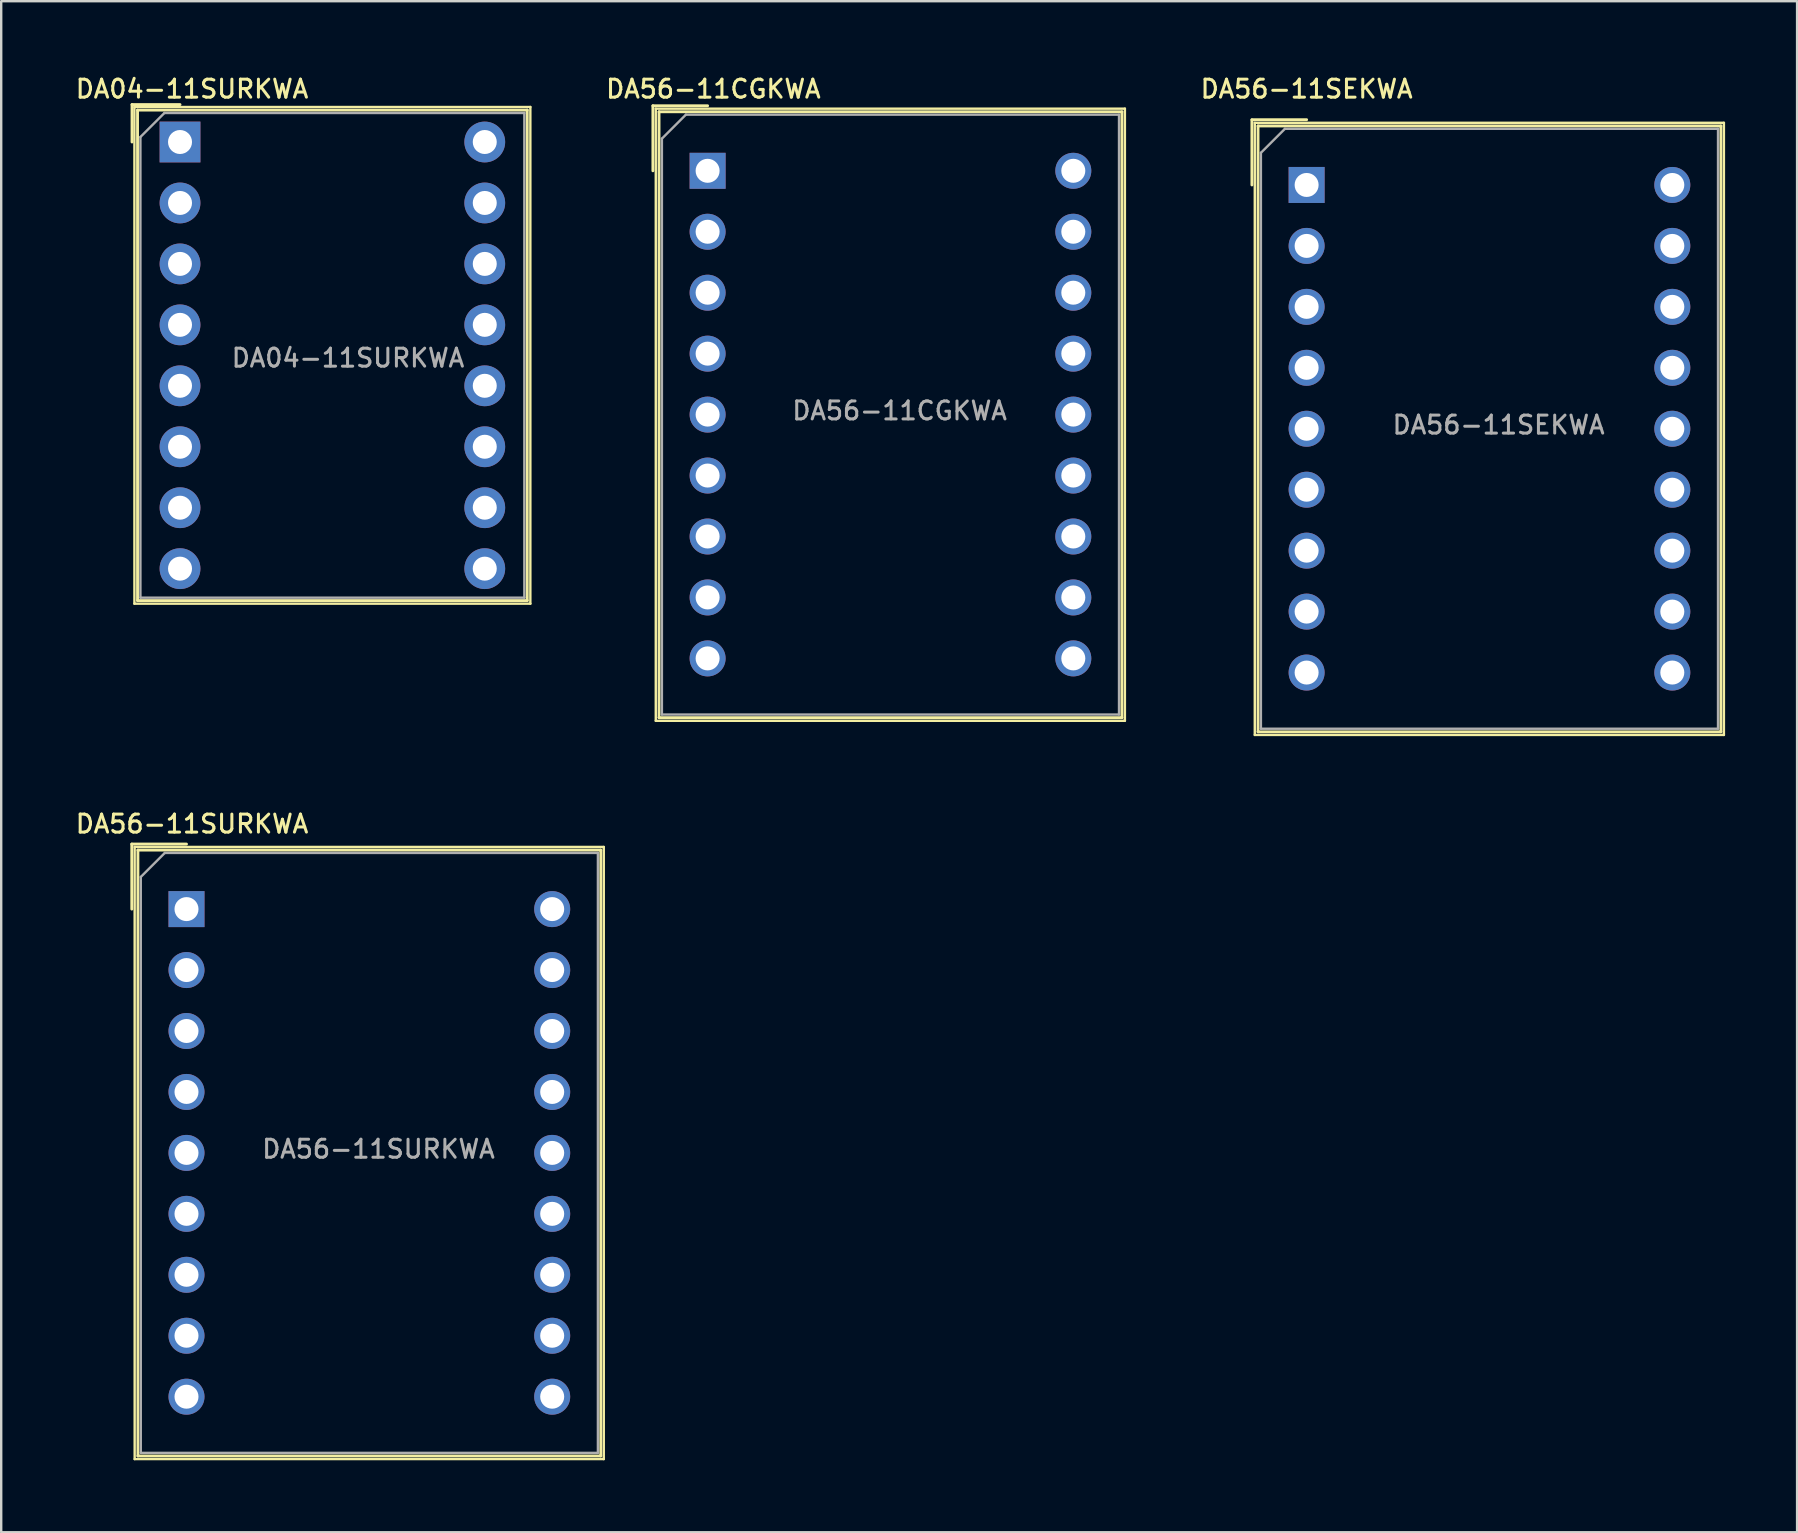
<source format=kicad_pcb>
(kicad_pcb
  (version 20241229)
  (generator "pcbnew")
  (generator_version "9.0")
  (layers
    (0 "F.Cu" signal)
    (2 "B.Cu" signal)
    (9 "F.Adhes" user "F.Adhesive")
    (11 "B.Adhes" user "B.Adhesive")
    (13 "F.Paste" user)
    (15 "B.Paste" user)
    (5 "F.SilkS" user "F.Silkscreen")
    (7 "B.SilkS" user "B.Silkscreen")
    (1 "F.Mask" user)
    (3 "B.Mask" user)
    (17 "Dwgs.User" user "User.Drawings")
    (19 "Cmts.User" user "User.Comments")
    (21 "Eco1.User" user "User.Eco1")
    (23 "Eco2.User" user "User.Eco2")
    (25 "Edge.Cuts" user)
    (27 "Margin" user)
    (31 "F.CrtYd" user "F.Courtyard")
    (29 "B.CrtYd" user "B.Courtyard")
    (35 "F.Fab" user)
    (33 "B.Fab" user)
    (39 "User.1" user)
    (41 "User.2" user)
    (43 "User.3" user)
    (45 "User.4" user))
  (footprint "DA56-11CGKWA"
    (layer "F.Cu")
    (at 26.439 4.068)
    (property "Reference" "DA56-11CGKWA" (at 0.24 -3.41 0) (layer "F.SilkS") (effects (font (size 0.75 0.75) (thickness 0.125))))
    (attr through_hole)
    (fp_line (start -2.28 -2.71) (end -2.28 0) (stroke (width 0.12) (type solid)) (layer "F.SilkS"))
    (fp_line (start -2.28 -2.71) (end 0 -2.71) (stroke (width 0.12) (type solid)) (layer "F.SilkS"))
    (fp_line (start -2.16 -2.59) (end 17.39 -2.59) (stroke (width 0.1) (type solid)) (layer "F.SilkS"))
    (fp_line (start -2.16 22.92) (end -2.16 -2.59) (stroke (width 0.1) (type solid)) (layer "F.SilkS"))
    (fp_line (start -2.025 -2.46) (end 17.265 -2.46) (stroke (width 0.12) (type solid)) (layer "F.SilkS"))
    (fp_line (start -2.025 22.79) (end -2.025 -2.46) (stroke (width 0.12) (type solid)) (layer "F.SilkS"))
    (fp_line (start 17.265 -2.46) (end 17.265 22.79) (stroke (width 0.12) (type solid)) (layer "F.SilkS"))
    (fp_line (start 17.265 22.79) (end -2.025 22.79) (stroke (width 0.12) (type solid)) (layer "F.SilkS"))
    (fp_line (start 17.39 -2.59) (end 17.39 22.92) (stroke (width 0.1) (type solid)) (layer "F.SilkS"))
    (fp_line (start 17.39 22.92) (end -2.16 22.92) (stroke (width 0.1) (type solid)) (layer "F.SilkS"))
    (fp_line (start -1.905 -1.34) (end -0.905 -2.34) (stroke (width 0.1) (type solid)) (layer "F.Fab"))
    (fp_line (start -1.905 22.66) (end -1.905 -1.34) (stroke (width 0.1) (type solid)) (layer "F.Fab"))
    (fp_line (start -0.905 -2.34) (end 17.145 -2.34) (stroke (width 0.1) (type solid)) (layer "F.Fab"))
    (fp_line (start 17.145 -2.34) (end 17.145 22.66) (stroke (width 0.1) (type solid)) (layer "F.Fab"))
    (fp_line (start 17.145 22.66) (end -1.905 22.66) (stroke (width 0.1) (type solid)) (layer "F.Fab"))
    (fp_text user "${REFERENCE}" (at 8 10 0) (layer "F.Fab") (effects (font (size 0.75 0.75) (thickness 0.125))))
    (pad "1" thru_hole rect (at 0 0) (size 1.5 1.5) (drill 1) (layers "*.Cu" "*.Mask"))
    (pad "2" thru_hole circle (at 0 2.54) (size 1.5 1.5) (drill 1) (layers "*.Cu" "*.Mask"))
    (pad "3" thru_hole circle (at 0 5.08) (size 1.5 1.5) (drill 1) (layers "*.Cu" "*.Mask"))
    (pad "4" thru_hole circle (at 0 7.62) (size 1.5 1.5) (drill 1) (layers "*.Cu" "*.Mask"))
    (pad "5" thru_hole circle (at 0 10.16) (size 1.5 1.5) (drill 1) (layers "*.Cu" "*.Mask"))
    (pad "6" thru_hole circle (at 0 12.7) (size 1.5 1.5) (drill 1) (layers "*.Cu" "*.Mask"))
    (pad "7" thru_hole circle (at 0 15.24) (size 1.5 1.5) (drill 1) (layers "*.Cu" "*.Mask"))
    (pad "8" thru_hole circle (at 0 17.78) (size 1.5 1.5) (drill 1) (layers "*.Cu" "*.Mask"))
    (pad "9" thru_hole circle (at 0 20.32) (size 1.5 1.5) (drill 1) (layers "*.Cu" "*.Mask"))
    (pad "10" thru_hole circle (at 15.24 20.32) (size 1.5 1.5) (drill 1) (layers "*.Cu" "*.Mask"))
    (pad "11" thru_hole circle (at 15.24 17.78) (size 1.5 1.5) (drill 1) (layers "*.Cu" "*.Mask"))
    (pad "12" thru_hole circle (at 15.24 15.24) (size 1.5 1.5) (drill 1) (layers "*.Cu" "*.Mask"))
    (pad "13" thru_hole circle (at 15.24 12.7) (size 1.5 1.5) (drill 1) (layers "*.Cu" "*.Mask"))
    (pad "14" thru_hole circle (at 15.24 10.16) (size 1.5 1.5) (drill 1) (layers "*.Cu" "*.Mask"))
    (pad "15" thru_hole circle (at 15.24 7.62) (size 1.5 1.5) (drill 1) (layers "*.Cu" "*.Mask"))
    (pad "16" thru_hole circle (at 15.24 5.08) (size 1.5 1.5) (drill 1) (layers "*.Cu" "*.Mask"))
    (pad "17" thru_hole circle (at 15.24 2.54) (size 1.5 1.5) (drill 1) (layers "*.Cu" "*.Mask"))
    (pad "18" thru_hole circle (at 15.24 0) (size 1.5 1.5) (drill 1) (layers "*.Cu" "*.Mask")))
  (footprint "DA56-11SEKWA"
    (layer "F.Cu")
    (at 51.402 4.658)
    (property "Reference" "DA56-11SEKWA" (at 0 -4 0) (layer "F.SilkS") (effects (font (size 0.75 0.75) (thickness 0.125))))
    (attr through_hole)
    (fp_line (start -2.28 -2.72) (end 0 -2.72) (stroke (width 0.12) (type solid)) (layer "F.SilkS"))
    (fp_line (start -2.28 -2.71) (end -2.28 0) (stroke (width 0.12) (type solid)) (layer "F.SilkS"))
    (fp_line (start -2.16 -2.59) (end 17.39 -2.59) (stroke (width 0.1) (type solid)) (layer "F.SilkS"))
    (fp_line (start -2.16 22.92) (end -2.16 -2.59) (stroke (width 0.1) (type solid)) (layer "F.SilkS"))
    (fp_line (start -2.025 -2.46) (end 17.265 -2.46) (stroke (width 0.12) (type solid)) (layer "F.SilkS"))
    (fp_line (start -2.025 22.79) (end -2.025 -2.46) (stroke (width 0.12) (type solid)) (layer "F.SilkS"))
    (fp_line (start 17.265 -2.46) (end 17.265 22.79) (stroke (width 0.12) (type solid)) (layer "F.SilkS"))
    (fp_line (start 17.265 22.79) (end -2.025 22.79) (stroke (width 0.12) (type solid)) (layer "F.SilkS"))
    (fp_line (start 17.39 -2.59) (end 17.39 22.92) (stroke (width 0.1) (type solid)) (layer "F.SilkS"))
    (fp_line (start 17.39 22.92) (end -2.16 22.92) (stroke (width 0.1) (type solid)) (layer "F.SilkS"))
    (fp_line (start -1.905 -1.34) (end -0.905 -2.34) (stroke (width 0.1) (type solid)) (layer "F.Fab"))
    (fp_line (start -1.905 22.66) (end -1.905 -1.34) (stroke (width 0.1) (type solid)) (layer "F.Fab"))
    (fp_line (start -0.905 -2.34) (end 17.145 -2.34) (stroke (width 0.1) (type solid)) (layer "F.Fab"))
    (fp_line (start 17.145 -2.34) (end 17.145 22.66) (stroke (width 0.1) (type solid)) (layer "F.Fab"))
    (fp_line (start 17.145 22.66) (end -1.905 22.66) (stroke (width 0.1) (type solid)) (layer "F.Fab"))
    (fp_text user "${REFERENCE}" (at 8 10 0) (layer "F.Fab") (effects (font (size 0.75 0.75) (thickness 0.125))))
    (pad "1" thru_hole rect (at 0 0) (size 1.5 1.5) (drill 1) (layers "*.Cu" "*.Mask"))
    (pad "2" thru_hole circle (at 0 2.54) (size 1.5 1.5) (drill 1) (layers "*.Cu" "*.Mask"))
    (pad "3" thru_hole circle (at 0 5.08) (size 1.5 1.5) (drill 1) (layers "*.Cu" "*.Mask"))
    (pad "4" thru_hole circle (at 0 7.62) (size 1.5 1.5) (drill 1) (layers "*.Cu" "*.Mask"))
    (pad "5" thru_hole circle (at 0 10.16) (size 1.5 1.5) (drill 1) (layers "*.Cu" "*.Mask"))
    (pad "6" thru_hole circle (at 0 12.7) (size 1.5 1.5) (drill 1) (layers "*.Cu" "*.Mask"))
    (pad "7" thru_hole circle (at 0 15.24) (size 1.5 1.5) (drill 1) (layers "*.Cu" "*.Mask"))
    (pad "8" thru_hole circle (at 0 17.78) (size 1.5 1.5) (drill 1) (layers "*.Cu" "*.Mask"))
    (pad "9" thru_hole circle (at 0 20.32) (size 1.5 1.5) (drill 1) (layers "*.Cu" "*.Mask"))
    (pad "10" thru_hole circle (at 15.24 20.32) (size 1.5 1.5) (drill 1) (layers "*.Cu" "*.Mask"))
    (pad "11" thru_hole circle (at 15.24 17.78) (size 1.5 1.5) (drill 1) (layers "*.Cu" "*.Mask"))
    (pad "12" thru_hole circle (at 15.24 15.24) (size 1.5 1.5) (drill 1) (layers "*.Cu" "*.Mask"))
    (pad "13" thru_hole circle (at 15.24 12.7) (size 1.5 1.5) (drill 1) (layers "*.Cu" "*.Mask"))
    (pad "14" thru_hole circle (at 15.24 10.16) (size 1.5 1.5) (drill 1) (layers "*.Cu" "*.Mask"))
    (pad "15" thru_hole circle (at 15.24 7.62) (size 1.5 1.5) (drill 1) (layers "*.Cu" "*.Mask"))
    (pad "16" thru_hole circle (at 15.24 5.08) (size 1.5 1.5) (drill 1) (layers "*.Cu" "*.Mask"))
    (pad "17" thru_hole circle (at 15.24 2.54) (size 1.5 1.5) (drill 1) (layers "*.Cu" "*.Mask"))
    (pad "18" thru_hole circle (at 15.24 0) (size 1.5 1.5) (drill 1) (layers "*.Cu" "*.Mask")))
  (footprint "DA04-11SURKWA"
    (layer "F.Cu")
    (at 4.452 2.868)
    (property "Reference" "DA04-11SURKWA" (at 0.5 -2.21 0) (layer "F.SilkS") (effects (font (size 0.75 0.75) (thickness 0.125))))
    (attr through_hole)
    (fp_line (start -2 -1.56) (end -2 0) (stroke (width 0.12) (type solid)) (layer "F.SilkS"))
    (fp_line (start -2 -1.56) (end 0 -1.56) (stroke (width 0.12) (type solid)) (layer "F.SilkS"))
    (fp_line (start -1.9 -1.46) (end 14.6 -1.46) (stroke (width 0.1) (type solid)) (layer "F.SilkS"))
    (fp_line (start -1.9 19.24) (end -1.9 -1.46) (stroke (width 0.1) (type solid)) (layer "F.SilkS"))
    (fp_line (start -1.77 -1.33) (end 14.47 -1.33) (stroke (width 0.12) (type solid)) (layer "F.SilkS"))
    (fp_line (start -1.77 19.11) (end -1.77 -1.33) (stroke (width 0.12) (type solid)) (layer "F.SilkS"))
    (fp_line (start 14.47 -1.33) (end 14.47 19.11) (stroke (width 0.12) (type solid)) (layer "F.SilkS"))
    (fp_line (start 14.47 19.11) (end -1.77 19.11) (stroke (width 0.12) (type solid)) (layer "F.SilkS"))
    (fp_line (start 14.6 -1.46) (end 14.6 19.24) (stroke (width 0.1) (type solid)) (layer "F.SilkS"))
    (fp_line (start 14.6 19.24) (end -1.9 19.24) (stroke (width 0.1) (type solid)) (layer "F.SilkS"))
    (fp_line (start -1.65 -0.21) (end -0.65 -1.21) (stroke (width 0.1) (type solid)) (layer "F.Fab"))
    (fp_line (start -1.65 18.99) (end -1.65 -0.21) (stroke (width 0.1) (type solid)) (layer "F.Fab"))
    (fp_line (start -0.65 -1.21) (end 14.35 -1.21) (stroke (width 0.1) (type solid)) (layer "F.Fab"))
    (fp_line (start 14.35 -1.21) (end 14.35 18.99) (stroke (width 0.1) (type solid)) (layer "F.Fab"))
    (fp_line (start 14.35 18.99) (end -1.65 18.99) (stroke (width 0.1) (type solid)) (layer "F.Fab"))
    (fp_text user "${REFERENCE}" (at 7 9 0) (layer "F.Fab") (effects (font (size 0.75 0.75) (thickness 0.125))))
    (pad "1" thru_hole rect (at 0 0) (size 1.7 1.7) (drill 1) (layers "*.Cu" "*.Mask"))
    (pad "2" thru_hole circle (at 0 2.54) (size 1.7 1.7) (drill 1) (layers "*.Cu" "*.Mask"))
    (pad "3" thru_hole circle (at 0 5.08) (size 1.7 1.7) (drill 1) (layers "*.Cu" "*.Mask"))
    (pad "4" thru_hole circle (at 0 7.62) (size 1.7 1.7) (drill 1) (layers "*.Cu" "*.Mask"))
    (pad "5" thru_hole circle (at 0 10.16) (size 1.7 1.7) (drill 1) (layers "*.Cu" "*.Mask"))
    (pad "6" thru_hole circle (at 0 12.7) (size 1.7 1.7) (drill 1) (layers "*.Cu" "*.Mask"))
    (pad "7" thru_hole circle (at 0 15.24) (size 1.7 1.7) (drill 1) (layers "*.Cu" "*.Mask"))
    (pad "8" thru_hole circle (at 0 17.78) (size 1.7 1.7) (drill 1) (layers "*.Cu" "*.Mask"))
    (pad "9" thru_hole circle (at 12.7 17.78) (size 1.7 1.7) (drill 1) (layers "*.Cu" "*.Mask"))
    (pad "10" thru_hole circle (at 12.7 15.24) (size 1.7 1.7) (drill 1) (layers "*.Cu" "*.Mask"))
    (pad "11" thru_hole circle (at 12.7 12.7) (size 1.7 1.7) (drill 1) (layers "*.Cu" "*.Mask"))
    (pad "12" thru_hole circle (at 12.7 10.16) (size 1.7 1.7) (drill 1) (layers "*.Cu" "*.Mask"))
    (pad "13" thru_hole circle (at 12.7 7.62) (size 1.7 1.7) (drill 1) (layers "*.Cu" "*.Mask"))
    (pad "14" thru_hole circle (at 12.7 5.08) (size 1.7 1.7) (drill 1) (layers "*.Cu" "*.Mask"))
    (pad "15" thru_hole circle (at 12.7 2.54) (size 1.7 1.7) (drill 1) (layers "*.Cu" "*.Mask"))
    (pad "16" thru_hole circle (at 12.7 0) (size 1.7 1.7) (drill 1) (layers "*.Cu" "*.Mask")))
  (footprint "DA56-11SURKWA"
    (layer "F.Cu")
    (at 4.722 34.836)
    (property "Reference" "DA56-11SURKWA" (at 0.23 -3.55 0) (layer "F.SilkS") (effects (font (size 0.75 0.75) (thickness 0.125))))
    (attr through_hole)
    (fp_line (start -2.28 -2.71) (end -2.28 0) (stroke (width 0.12) (type solid)) (layer "F.SilkS"))
    (fp_line (start -2.28 -2.71) (end 0 -2.71) (stroke (width 0.12) (type solid)) (layer "F.SilkS"))
    (fp_line (start -2.16 -2.59) (end 17.39 -2.59) (stroke (width 0.1) (type solid)) (layer "F.SilkS"))
    (fp_line (start -2.16 22.92) (end -2.16 -2.59) (stroke (width 0.1) (type solid)) (layer "F.SilkS"))
    (fp_line (start -2.025 -2.46) (end 17.265 -2.46) (stroke (width 0.12) (type solid)) (layer "F.SilkS"))
    (fp_line (start -2.025 22.79) (end -2.025 -2.46) (stroke (width 0.12) (type solid)) (layer "F.SilkS"))
    (fp_line (start 17.265 -2.46) (end 17.265 22.79) (stroke (width 0.12) (type solid)) (layer "F.SilkS"))
    (fp_line (start 17.265 22.79) (end -2.025 22.79) (stroke (width 0.12) (type solid)) (layer "F.SilkS"))
    (fp_line (start 17.39 -2.59) (end 17.39 22.92) (stroke (width 0.1) (type solid)) (layer "F.SilkS"))
    (fp_line (start 17.39 22.92) (end -2.16 22.92) (stroke (width 0.1) (type solid)) (layer "F.SilkS"))
    (fp_line (start -1.905 -1.34) (end -0.905 -2.34) (stroke (width 0.1) (type solid)) (layer "F.Fab"))
    (fp_line (start -1.905 22.66) (end -1.905 -1.34) (stroke (width 0.1) (type solid)) (layer "F.Fab"))
    (fp_line (start -0.905 -2.34) (end 17.145 -2.34) (stroke (width 0.1) (type solid)) (layer "F.Fab"))
    (fp_line (start 17.145 -2.34) (end 17.145 22.66) (stroke (width 0.1) (type solid)) (layer "F.Fab"))
    (fp_line (start 17.145 22.66) (end -1.905 22.66) (stroke (width 0.1) (type solid)) (layer "F.Fab"))
    (fp_text user "${REFERENCE}" (at 8 10 0) (layer "F.Fab") (effects (font (size 0.75 0.75) (thickness 0.125))))
    (pad "1" thru_hole rect (at 0 0) (size 1.5 1.5) (drill 1) (layers "*.Cu" "*.Mask"))
    (pad "2" thru_hole circle (at 0 2.54) (size 1.5 1.5) (drill 1) (layers "*.Cu" "*.Mask"))
    (pad "3" thru_hole circle (at 0 5.08) (size 1.5 1.5) (drill 1) (layers "*.Cu" "*.Mask"))
    (pad "4" thru_hole circle (at 0 7.62) (size 1.5 1.5) (drill 1) (layers "*.Cu" "*.Mask"))
    (pad "5" thru_hole circle (at 0 10.16) (size 1.5 1.5) (drill 1) (layers "*.Cu" "*.Mask"))
    (pad "6" thru_hole circle (at 0 12.7) (size 1.5 1.5) (drill 1) (layers "*.Cu" "*.Mask"))
    (pad "7" thru_hole circle (at 0 15.24) (size 1.5 1.5) (drill 1) (layers "*.Cu" "*.Mask"))
    (pad "8" thru_hole circle (at 0 17.78) (size 1.5 1.5) (drill 1) (layers "*.Cu" "*.Mask"))
    (pad "9" thru_hole circle (at 0 20.32) (size 1.5 1.5) (drill 1) (layers "*.Cu" "*.Mask"))
    (pad "10" thru_hole circle (at 15.24 20.32) (size 1.5 1.5) (drill 1) (layers "*.Cu" "*.Mask"))
    (pad "11" thru_hole circle (at 15.24 17.78) (size 1.5 1.5) (drill 1) (layers "*.Cu" "*.Mask"))
    (pad "12" thru_hole circle (at 15.24 15.24) (size 1.5 1.5) (drill 1) (layers "*.Cu" "*.Mask"))
    (pad "13" thru_hole circle (at 15.24 12.7) (size 1.5 1.5) (drill 1) (layers "*.Cu" "*.Mask"))
    (pad "14" thru_hole circle (at 15.24 10.16) (size 1.5 1.5) (drill 1) (layers "*.Cu" "*.Mask"))
    (pad "15" thru_hole circle (at 15.24 7.62) (size 1.5 1.5) (drill 1) (layers "*.Cu" "*.Mask"))
    (pad "16" thru_hole circle (at 15.24 5.08) (size 1.5 1.5) (drill 1) (layers "*.Cu" "*.Mask"))
    (pad "17" thru_hole circle (at 15.24 2.54) (size 1.5 1.5) (drill 1) (layers "*.Cu" "*.Mask"))
    (pad "18" thru_hole circle (at 15.24 0) (size 1.5 1.5) (drill 1) (layers "*.Cu" "*.Mask")))
  (gr_rect
    (start -3 -3)
    (end 71.842 60.806)
    (stroke (width 0.1) (type default))
    (fill no)
    (layer "Edge.Cuts")))
</source>
